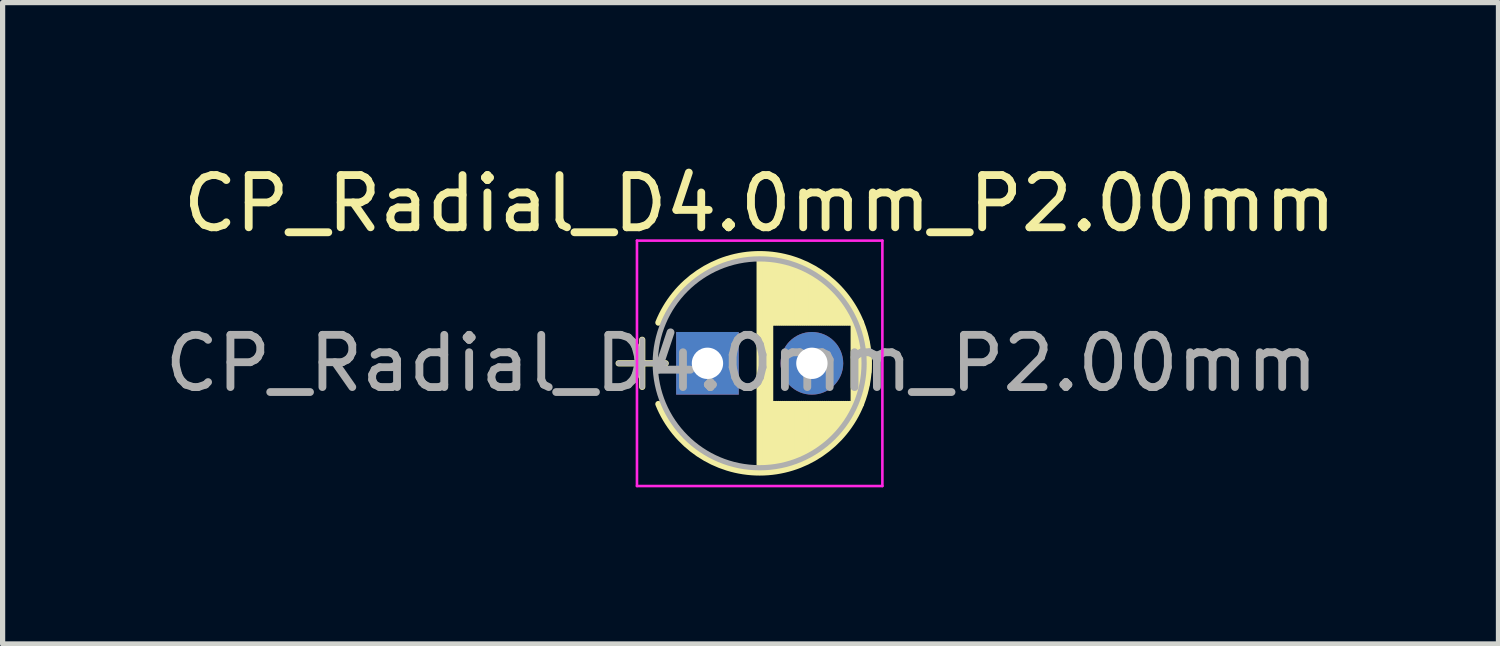
<source format=kicad_pcb>
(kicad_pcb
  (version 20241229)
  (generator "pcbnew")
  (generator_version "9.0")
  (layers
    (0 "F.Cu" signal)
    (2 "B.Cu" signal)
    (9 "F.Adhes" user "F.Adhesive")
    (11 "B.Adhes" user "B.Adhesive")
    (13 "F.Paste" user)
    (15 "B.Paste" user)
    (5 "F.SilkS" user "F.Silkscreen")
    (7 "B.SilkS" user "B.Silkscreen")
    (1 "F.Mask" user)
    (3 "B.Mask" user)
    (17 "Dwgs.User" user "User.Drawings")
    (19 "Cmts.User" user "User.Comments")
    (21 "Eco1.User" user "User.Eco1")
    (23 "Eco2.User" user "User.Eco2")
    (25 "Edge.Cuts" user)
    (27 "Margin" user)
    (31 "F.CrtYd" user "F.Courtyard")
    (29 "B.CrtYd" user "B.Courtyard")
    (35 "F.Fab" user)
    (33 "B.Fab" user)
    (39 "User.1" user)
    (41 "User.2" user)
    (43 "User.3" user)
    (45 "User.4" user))
  (footprint "CP_Radial_D4.0mm_P2.00mm"
    (layer "F.Cu")
    (at 10.499 3.908)
    (property "Reference" "CP_Radial_D4.0mm_P2.00mm" (at 1 -3.06 0) (layer "F.SilkS") (effects (font (size 1 1) (thickness 0.15))))
    (attr through_hole)
    (fp_line (start -1.7 0) (end -0.8 0) (stroke (width 0.12) (type solid)) (layer "F.SilkS"))
    (fp_line (start -1.25 -0.45) (end -1.25 0.45) (stroke (width 0.12) (type solid)) (layer "F.SilkS"))
    (fp_line (start 1 -2.05) (end 1 2.05) (stroke (width 0.12) (type solid)) (layer "F.SilkS"))
    (fp_line (start 1.04 -2.05) (end 1.04 2.05) (stroke (width 0.12) (type solid)) (layer "F.SilkS"))
    (fp_line (start 1.08 -2.049) (end 1.08 2.049) (stroke (width 0.12) (type solid)) (layer "F.SilkS"))
    (fp_line (start 1.12 -2.047) (end 1.12 2.047) (stroke (width 0.12) (type solid)) (layer "F.SilkS"))
    (fp_line (start 1.16 -2.044) (end 1.16 2.044) (stroke (width 0.12) (type solid)) (layer "F.SilkS"))
    (fp_line (start 1.2 -2.041) (end 1.2 2.041) (stroke (width 0.12) (type solid)) (layer "F.SilkS"))
    (fp_line (start 1.24 -2.037) (end 1.24 -0.78) (stroke (width 0.12) (type solid)) (layer "F.SilkS"))
    (fp_line (start 1.24 0.78) (end 1.24 2.037) (stroke (width 0.12) (type solid)) (layer "F.SilkS"))
    (fp_line (start 1.28 -2.032) (end 1.28 -0.78) (stroke (width 0.12) (type solid)) (layer "F.SilkS"))
    (fp_line (start 1.28 0.78) (end 1.28 2.032) (stroke (width 0.12) (type solid)) (layer "F.SilkS"))
    (fp_line (start 1.32 -2.026) (end 1.32 -0.78) (stroke (width 0.12) (type solid)) (layer "F.SilkS"))
    (fp_line (start 1.32 0.78) (end 1.32 2.026) (stroke (width 0.12) (type solid)) (layer "F.SilkS"))
    (fp_line (start 1.36 -2.019) (end 1.36 -0.78) (stroke (width 0.12) (type solid)) (layer "F.SilkS"))
    (fp_line (start 1.36 0.78) (end 1.36 2.019) (stroke (width 0.12) (type solid)) (layer "F.SilkS"))
    (fp_line (start 1.4 -2.012) (end 1.4 -0.78) (stroke (width 0.12) (type solid)) (layer "F.SilkS"))
    (fp_line (start 1.4 0.78) (end 1.4 2.012) (stroke (width 0.12) (type solid)) (layer "F.SilkS"))
    (fp_line (start 1.44 -2.004) (end 1.44 -0.78) (stroke (width 0.12) (type solid)) (layer "F.SilkS"))
    (fp_line (start 1.44 0.78) (end 1.44 2.004) (stroke (width 0.12) (type solid)) (layer "F.SilkS"))
    (fp_line (start 1.48 -1.995) (end 1.48 -0.78) (stroke (width 0.12) (type solid)) (layer "F.SilkS"))
    (fp_line (start 1.48 0.78) (end 1.48 1.995) (stroke (width 0.12) (type solid)) (layer "F.SilkS"))
    (fp_line (start 1.52 -1.985) (end 1.52 -0.78) (stroke (width 0.12) (type solid)) (layer "F.SilkS"))
    (fp_line (start 1.52 0.78) (end 1.52 1.985) (stroke (width 0.12) (type solid)) (layer "F.SilkS"))
    (fp_line (start 1.56 -1.974) (end 1.56 -0.78) (stroke (width 0.12) (type solid)) (layer "F.SilkS"))
    (fp_line (start 1.56 0.78) (end 1.56 1.974) (stroke (width 0.12) (type solid)) (layer "F.SilkS"))
    (fp_line (start 1.6 -1.963) (end 1.6 -0.78) (stroke (width 0.12) (type solid)) (layer "F.SilkS"))
    (fp_line (start 1.6 0.78) (end 1.6 1.963) (stroke (width 0.12) (type solid)) (layer "F.SilkS"))
    (fp_line (start 1.64 -1.95) (end 1.64 -0.78) (stroke (width 0.12) (type solid)) (layer "F.SilkS"))
    (fp_line (start 1.64 0.78) (end 1.64 1.95) (stroke (width 0.12) (type solid)) (layer "F.SilkS"))
    (fp_line (start 1.68 -1.937) (end 1.68 -0.78) (stroke (width 0.12) (type solid)) (layer "F.SilkS"))
    (fp_line (start 1.68 0.78) (end 1.68 1.937) (stroke (width 0.12) (type solid)) (layer "F.SilkS"))
    (fp_line (start 1.721 -1.923) (end 1.721 -0.78) (stroke (width 0.12) (type solid)) (layer "F.SilkS"))
    (fp_line (start 1.721 0.78) (end 1.721 1.923) (stroke (width 0.12) (type solid)) (layer "F.SilkS"))
    (fp_line (start 1.761 -1.907) (end 1.761 -0.78) (stroke (width 0.12) (type solid)) (layer "F.SilkS"))
    (fp_line (start 1.761 0.78) (end 1.761 1.907) (stroke (width 0.12) (type solid)) (layer "F.SilkS"))
    (fp_line (start 1.801 -1.891) (end 1.801 -0.78) (stroke (width 0.12) (type solid)) (layer "F.SilkS"))
    (fp_line (start 1.801 0.78) (end 1.801 1.891) (stroke (width 0.12) (type solid)) (layer "F.SilkS"))
    (fp_line (start 1.841 -1.874) (end 1.841 -0.78) (stroke (width 0.12) (type solid)) (layer "F.SilkS"))
    (fp_line (start 1.841 0.78) (end 1.841 1.874) (stroke (width 0.12) (type solid)) (layer "F.SilkS"))
    (fp_line (start 1.881 -1.856) (end 1.881 -0.78) (stroke (width 0.12) (type solid)) (layer "F.SilkS"))
    (fp_line (start 1.881 0.78) (end 1.881 1.856) (stroke (width 0.12) (type solid)) (layer "F.SilkS"))
    (fp_line (start 1.921 -1.837) (end 1.921 -0.78) (stroke (width 0.12) (type solid)) (layer "F.SilkS"))
    (fp_line (start 1.921 0.78) (end 1.921 1.837) (stroke (width 0.12) (type solid)) (layer "F.SilkS"))
    (fp_line (start 1.961 -1.817) (end 1.961 -0.78) (stroke (width 0.12) (type solid)) (layer "F.SilkS"))
    (fp_line (start 1.961 0.78) (end 1.961 1.817) (stroke (width 0.12) (type solid)) (layer "F.SilkS"))
    (fp_line (start 2.001 -1.796) (end 2.001 -0.78) (stroke (width 0.12) (type solid)) (layer "F.SilkS"))
    (fp_line (start 2.001 0.78) (end 2.001 1.796) (stroke (width 0.12) (type solid)) (layer "F.SilkS"))
    (fp_line (start 2.041 -1.773) (end 2.041 -0.78) (stroke (width 0.12) (type solid)) (layer "F.SilkS"))
    (fp_line (start 2.041 0.78) (end 2.041 1.773) (stroke (width 0.12) (type solid)) (layer "F.SilkS"))
    (fp_line (start 2.081 -1.75) (end 2.081 -0.78) (stroke (width 0.12) (type solid)) (layer "F.SilkS"))
    (fp_line (start 2.081 0.78) (end 2.081 1.75) (stroke (width 0.12) (type solid)) (layer "F.SilkS"))
    (fp_line (start 2.121 -1.725) (end 2.121 -0.78) (stroke (width 0.12) (type solid)) (layer "F.SilkS"))
    (fp_line (start 2.121 0.78) (end 2.121 1.725) (stroke (width 0.12) (type solid)) (layer "F.SilkS"))
    (fp_line (start 2.161 -1.699) (end 2.161 -0.78) (stroke (width 0.12) (type solid)) (layer "F.SilkS"))
    (fp_line (start 2.161 0.78) (end 2.161 1.699) (stroke (width 0.12) (type solid)) (layer "F.SilkS"))
    (fp_line (start 2.201 -1.672) (end 2.201 -0.78) (stroke (width 0.12) (type solid)) (layer "F.SilkS"))
    (fp_line (start 2.201 0.78) (end 2.201 1.672) (stroke (width 0.12) (type solid)) (layer "F.SilkS"))
    (fp_line (start 2.241 -1.643) (end 2.241 -0.78) (stroke (width 0.12) (type solid)) (layer "F.SilkS"))
    (fp_line (start 2.241 0.78) (end 2.241 1.643) (stroke (width 0.12) (type solid)) (layer "F.SilkS"))
    (fp_line (start 2.281 -1.613) (end 2.281 -0.78) (stroke (width 0.12) (type solid)) (layer "F.SilkS"))
    (fp_line (start 2.281 0.78) (end 2.281 1.613) (stroke (width 0.12) (type solid)) (layer "F.SilkS"))
    (fp_line (start 2.321 -1.581) (end 2.321 -0.78) (stroke (width 0.12) (type solid)) (layer "F.SilkS"))
    (fp_line (start 2.321 0.78) (end 2.321 1.581) (stroke (width 0.12) (type solid)) (layer "F.SilkS"))
    (fp_line (start 2.361 -1.547) (end 2.361 -0.78) (stroke (width 0.12) (type solid)) (layer "F.SilkS"))
    (fp_line (start 2.361 0.78) (end 2.361 1.547) (stroke (width 0.12) (type solid)) (layer "F.SilkS"))
    (fp_line (start 2.401 -1.512) (end 2.401 -0.78) (stroke (width 0.12) (type solid)) (layer "F.SilkS"))
    (fp_line (start 2.401 0.78) (end 2.401 1.512) (stroke (width 0.12) (type solid)) (layer "F.SilkS"))
    (fp_line (start 2.441 -1.475) (end 2.441 -0.78) (stroke (width 0.12) (type solid)) (layer "F.SilkS"))
    (fp_line (start 2.441 0.78) (end 2.441 1.475) (stroke (width 0.12) (type solid)) (layer "F.SilkS"))
    (fp_line (start 2.481 -1.436) (end 2.481 -0.78) (stroke (width 0.12) (type solid)) (layer "F.SilkS"))
    (fp_line (start 2.481 0.78) (end 2.481 1.436) (stroke (width 0.12) (type solid)) (layer "F.SilkS"))
    (fp_line (start 2.521 -1.395) (end 2.521 -0.78) (stroke (width 0.12) (type solid)) (layer "F.SilkS"))
    (fp_line (start 2.521 0.78) (end 2.521 1.395) (stroke (width 0.12) (type solid)) (layer "F.SilkS"))
    (fp_line (start 2.561 -1.351) (end 2.561 -0.78) (stroke (width 0.12) (type solid)) (layer "F.SilkS"))
    (fp_line (start 2.561 0.78) (end 2.561 1.351) (stroke (width 0.12) (type solid)) (layer "F.SilkS"))
    (fp_line (start 2.601 -1.305) (end 2.601 -0.78) (stroke (width 0.12) (type solid)) (layer "F.SilkS"))
    (fp_line (start 2.601 0.78) (end 2.601 1.305) (stroke (width 0.12) (type solid)) (layer "F.SilkS"))
    (fp_line (start 2.641 -1.256) (end 2.641 -0.78) (stroke (width 0.12) (type solid)) (layer "F.SilkS"))
    (fp_line (start 2.641 0.78) (end 2.641 1.256) (stroke (width 0.12) (type solid)) (layer "F.SilkS"))
    (fp_line (start 2.681 -1.204) (end 2.681 -0.78) (stroke (width 0.12) (type solid)) (layer "F.SilkS"))
    (fp_line (start 2.681 0.78) (end 2.681 1.204) (stroke (width 0.12) (type solid)) (layer "F.SilkS"))
    (fp_line (start 2.721 -1.148) (end 2.721 -0.78) (stroke (width 0.12) (type solid)) (layer "F.SilkS"))
    (fp_line (start 2.721 0.78) (end 2.721 1.148) (stroke (width 0.12) (type solid)) (layer "F.SilkS"))
    (fp_line (start 2.761 -1.088) (end 2.761 -0.78) (stroke (width 0.12) (type solid)) (layer "F.SilkS"))
    (fp_line (start 2.761 0.78) (end 2.761 1.088) (stroke (width 0.12) (type solid)) (layer "F.SilkS"))
    (fp_line (start 2.801 -1.023) (end 2.801 1.023) (stroke (width 0.12) (type solid)) (layer "F.SilkS"))
    (fp_line (start 2.841 -0.952) (end 2.841 0.952) (stroke (width 0.12) (type solid)) (layer "F.SilkS"))
    (fp_line (start 2.881 -0.874) (end 2.881 0.874) (stroke (width 0.12) (type solid)) (layer "F.SilkS"))
    (fp_line (start 2.921 -0.786) (end 2.921 0.786) (stroke (width 0.12) (type solid)) (layer "F.SilkS"))
    (fp_line (start 2.961 -0.686) (end 2.961 0.686) (stroke (width 0.12) (type solid)) (layer "F.SilkS"))
    (fp_line (start 3.001 -0.567) (end 3.001 0.567) (stroke (width 0.12) (type solid)) (layer "F.SilkS"))
    (fp_line (start 3.041 -0.415) (end 3.041 0.415) (stroke (width 0.12) (type solid)) (layer "F.SilkS"))
    (fp_line (start 3.081 -0.165) (end 3.081 0.165) (stroke (width 0.12) (type solid)) (layer "F.SilkS"))
    (fp_arc (start -0.938995 -0.78) (mid 1.000491 -2.09) (end 2.939361 -0.779089) (stroke (width 0.12) (type solid)) (layer "F.SilkS"))
    (fp_arc (start 2.938995 -0.78) (mid 3.09 -0.000491) (end 2.939361 0.779089) (stroke (width 0.12) (type solid)) (layer "F.SilkS"))
    (fp_arc (start 2.939361 0.779089) (mid 1.000491 2.09) (end -0.938995 0.78) (stroke (width 0.12) (type solid)) (layer "F.SilkS"))
    (fp_line (start -1.35 -2.35) (end -1.35 2.35) (stroke (width 0.05) (type solid)) (layer "F.CrtYd"))
    (fp_line (start -1.35 2.35) (end 3.35 2.35) (stroke (width 0.05) (type solid)) (layer "F.CrtYd"))
    (fp_line (start 3.35 -2.35) (end -1.35 -2.35) (stroke (width 0.05) (type solid)) (layer "F.CrtYd"))
    (fp_line (start 3.35 2.35) (end 3.35 -2.35) (stroke (width 0.05) (type solid)) (layer "F.CrtYd"))
    (fp_line (start -1.7 0) (end -0.8 0) (stroke (width 0.1) (type solid)) (layer "F.Fab"))
    (fp_line (start -1.25 -0.45) (end -1.25 0.45) (stroke (width 0.1) (type solid)) (layer "F.Fab"))
    (fp_circle (center 1 0) (end 3 0) (stroke (width 0.1) (type solid)) (fill no) (layer "F.Fab"))
    (fp_text user "${REFERENCE}" (at 0.65 0 0) (layer "F.Fab") (effects (font (size 1 1) (thickness 0.15))))
    (pad "1" thru_hole rect (at 0 0) (size 1.2 1.2) (drill 0.6) (layers "*.Cu" "*.Mask"))
    (pad "2" thru_hole circle (at 2 0) (size 1.2 1.2) (drill 0.6) (layers "*.Cu" "*.Mask")))
  (gr_rect
    (start -3 -3)
    (end 25.648 9.283)
    (stroke (width 0.1) (type default))
    (fill no)
    (layer "Edge.Cuts")))
</source>
